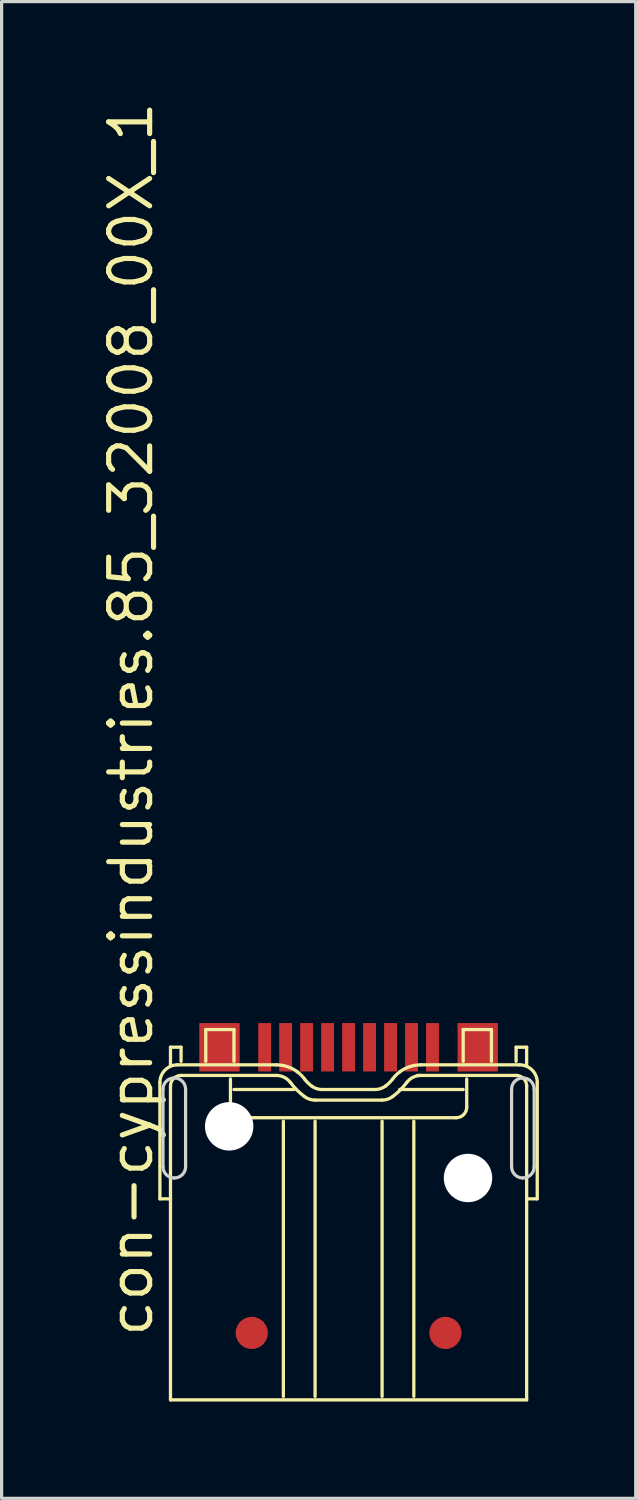
<source format=kicad_pcb>
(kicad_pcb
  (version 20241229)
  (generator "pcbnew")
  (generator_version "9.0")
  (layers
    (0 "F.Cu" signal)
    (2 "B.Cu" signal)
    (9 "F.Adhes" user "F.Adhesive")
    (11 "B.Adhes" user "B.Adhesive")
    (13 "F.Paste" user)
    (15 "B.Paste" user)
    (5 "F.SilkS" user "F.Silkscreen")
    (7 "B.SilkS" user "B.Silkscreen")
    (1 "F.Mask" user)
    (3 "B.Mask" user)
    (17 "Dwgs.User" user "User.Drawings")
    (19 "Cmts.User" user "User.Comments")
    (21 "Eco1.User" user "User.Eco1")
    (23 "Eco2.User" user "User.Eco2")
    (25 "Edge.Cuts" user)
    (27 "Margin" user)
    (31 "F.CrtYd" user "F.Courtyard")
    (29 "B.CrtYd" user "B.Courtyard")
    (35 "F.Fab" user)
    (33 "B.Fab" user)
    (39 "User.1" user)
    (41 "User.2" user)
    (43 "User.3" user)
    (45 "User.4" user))
  (footprint "con-cypressindustries.85_32008_00X_1"
    (layer "F.Cu")
    (at 7.75 39.447)
    (property "Reference" "con-cypressindustries.85_32008_00X_1" (at -6 -1 90) (layer "F.SilkS") (effects (font (size 1.27 1.27) (thickness 0.16)) (justify left bottom)))
    (attr smd)
    (fp_line (start -5.846 -5.354) (end -5.846 -8.959) (stroke (width 0.102) (type default)) (layer "F.SilkS"))
    (fp_line (start -5.518 -10.052) (end -5.19 -10.052) (stroke (width 0.102) (type default)) (layer "F.SilkS"))
    (fp_line (start -5.518 -9.506) (end -5.518 -10.052) (stroke (width 0.102) (type default)) (layer "F.SilkS"))
    (fp_line (start -5.518 -8.85) (end -5.518 -5.354) (stroke (width 0.102) (type default)) (layer "F.SilkS"))
    (fp_line (start -5.518 -5.354) (end -5.846 -5.354) (stroke (width 0.102) (type default)) (layer "F.SilkS"))
    (fp_line (start -5.518 -5.354) (end -5.518 0.874) (stroke (width 0.102) (type default)) (layer "F.SilkS"))
    (fp_line (start -5.518 0.874) (end 5.517 0.874) (stroke (width 0.102) (type default)) (layer "F.SilkS"))
    (fp_line (start -5.299 -9.506) (end -2.24 -9.506) (stroke (width 0.102) (type default)) (layer "F.SilkS"))
    (fp_line (start -5.19 -10.052) (end -5.19 -9.615) (stroke (width 0.102) (type default)) (layer "F.SilkS"))
    (fp_line (start -4.425 -10.598) (end -3.551 -10.598) (stroke (width 0.102) (type default)) (layer "F.SilkS"))
    (fp_line (start -4.425 -9.615) (end -4.425 -10.598) (stroke (width 0.102) (type default)) (layer "F.SilkS"))
    (fp_line (start -3.66 -9.069) (end -3.66 -8.194) (stroke (width 0.102) (type default)) (layer "F.SilkS"))
    (fp_line (start -3.551 -10.598) (end -3.551 -9.615) (stroke (width 0.102) (type default)) (layer "F.SilkS"))
    (fp_line (start -3.551 -8.741) (end -1.694 -8.741) (stroke (width 0.102) (type default)) (layer "F.SilkS"))
    (fp_line (start -3.333 -7.867) (end 3.332 -7.867) (stroke (width 0.102) (type default)) (layer "F.SilkS"))
    (fp_line (start -2.24 -9.178) (end -5.19 -9.178) (stroke (width 0.102) (type default)) (layer "F.SilkS"))
    (fp_line (start -2.021 0.765) (end -2.021 -7.758) (stroke (width 0.102) (type default)) (layer "F.SilkS"))
    (fp_line (start -1.038 -7.758) (end -1.038 0.765) (stroke (width 0.102) (type default)) (layer "F.SilkS"))
    (fp_line (start -0.82 -8.741) (end 0.819 -8.741) (stroke (width 0.102) (type default)) (layer "F.SilkS"))
    (fp_line (start 1.038 -7.758) (end 1.038 0.765) (stroke (width 0.102) (type default)) (layer "F.SilkS"))
    (fp_line (start 1.038 -8.413) (end -1.038 -8.413) (stroke (width 0.102) (type default)) (layer "F.SilkS"))
    (fp_line (start 1.584 -8.741) (end 3.551 -8.741) (stroke (width 0.102) (type default)) (layer "F.SilkS"))
    (fp_line (start 2.021 0.765) (end 2.021 -7.758) (stroke (width 0.102) (type default)) (layer "F.SilkS"))
    (fp_line (start 2.24 -9.506) (end 5.299 -9.506) (stroke (width 0.102) (type default)) (layer "F.SilkS"))
    (fp_line (start 3.551 -10.598) (end 4.425 -10.598) (stroke (width 0.102) (type default)) (layer "F.SilkS"))
    (fp_line (start 3.551 -9.615) (end 3.551 -10.598) (stroke (width 0.102) (type default)) (layer "F.SilkS"))
    (fp_line (start 3.66 -8.194) (end 3.66 -9.069) (stroke (width 0.102) (type default)) (layer "F.SilkS"))
    (fp_line (start 4.425 -10.598) (end 4.425 -9.615) (stroke (width 0.102) (type default)) (layer "F.SilkS"))
    (fp_line (start 5.19 -10.052) (end 5.517 -10.052) (stroke (width 0.102) (type default)) (layer "F.SilkS"))
    (fp_line (start 5.19 -9.615) (end 5.19 -10.052) (stroke (width 0.102) (type default)) (layer "F.SilkS"))
    (fp_line (start 5.19 -9.178) (end 2.13 -9.178) (stroke (width 0.102) (type default)) (layer "F.SilkS"))
    (fp_line (start 5.517 -10.052) (end 5.517 -9.506) (stroke (width 0.102) (type default)) (layer "F.SilkS"))
    (fp_line (start 5.517 -5.354) (end 5.517 -8.85) (stroke (width 0.102) (type default)) (layer "F.SilkS"))
    (fp_line (start 5.517 0.874) (end 5.517 -5.354) (stroke (width 0.102) (type default)) (layer "F.SilkS"))
    (fp_line (start 5.845 -8.959) (end 5.845 -5.354) (stroke (width 0.102) (type default)) (layer "F.SilkS"))
    (fp_line (start 5.845 -5.354) (end 5.517 -5.354) (stroke (width 0.102) (type default)) (layer "F.SilkS"))
    (fp_arc (start -5.8455 -8.9593) (mid -5.685463 -9.345563) (end -5.2992 -9.5056) (stroke (width 0.1016) (type default)) (layer "F.SilkS"))
    (fp_arc (start -5.5177 -8.85) (mid -5.42169 -9.08179) (end -5.1899 -9.1778) (stroke (width 0.1016) (type default)) (layer "F.SilkS"))
    (fp_arc (start -3.3325 -7.8667) (mid -3.56429 -7.96271) (end -3.6603 -8.1945) (stroke (width 0.1016) (type default)) (layer "F.SilkS"))
    (fp_arc (start -2.24 -9.5056) (mid -1.894474 -9.449537) (end -1.5844 -9.2871) (stroke (width 0.1016) (type default)) (layer "F.SilkS"))
    (fp_arc (start -2.24 -9.1778) (mid -1.995673 -9.120116) (end -1.8029 -8.9593) (stroke (width 0.1016) (type default)) (layer "F.SilkS"))
    (fp_arc (start -1.5844 -9.2871) (mid -1.467374 -9.185626) (end -1.3659 -9.0686) (stroke (width 0.1016) (type default)) (layer "F.SilkS"))
    (fp_arc (start -1.3659 -8.5223) (mid -1.599908 -8.725292) (end -1.8029 -8.9593) (stroke (width 0.1016) (type default)) (layer "F.SilkS"))
    (fp_arc (start -1.1474 -8.8501) (mid -1.264425 -8.951575) (end -1.3659 -9.0686) (stroke (width 0.1016) (type default)) (layer "F.SilkS"))
    (fp_arc (start -1.0381 -8.413) (mid -1.210873 -8.44104) (end -1.3659 -8.5223) (stroke (width 0.1016) (type default)) (layer "F.SilkS"))
    (fp_arc (start -0.8196 -8.7408) (mid -0.992362 -8.768871) (end -1.1474 -8.8501) (stroke (width 0.1016) (type default)) (layer "F.SilkS"))
    (fp_arc (start 1.1471 -8.8501) (mid 0.992062 -8.768871) (end 0.8193 -8.7408) (stroke (width 0.1016) (type default)) (layer "F.SilkS"))
    (fp_arc (start 1.3656 -9.0686) (mid 1.264125 -8.951575) (end 1.1471 -8.8501) (stroke (width 0.1016) (type default)) (layer "F.SilkS"))
    (fp_arc (start 1.3656 -9.0686) (mid 1.467074 -9.185626) (end 1.5841 -9.2871) (stroke (width 0.1016) (type default)) (layer "F.SilkS"))
    (fp_arc (start 1.3656 -8.5223) (mid 1.210573 -8.44104) (end 1.0378 -8.413) (stroke (width 0.1016) (type default)) (layer "F.SilkS"))
    (fp_arc (start 1.5841 -9.2871) (mid 1.894174 -9.449537) (end 2.2397 -9.5056) (stroke (width 0.1016) (type default)) (layer "F.SilkS"))
    (fp_arc (start 1.8026 -8.9593) (mid 1.599608 -8.725292) (end 1.3656 -8.5223) (stroke (width 0.1016) (type default)) (layer "F.SilkS"))
    (fp_arc (start 1.8026 -8.9593) (mid 1.995373 -9.120116) (end 2.2397 -9.1778) (stroke (width 0.1016) (type default)) (layer "F.SilkS"))
    (fp_arc (start 3.66 -8.1945) (mid 3.56399 -7.96271) (end 3.3322 -7.8667) (stroke (width 0.1016) (type default)) (layer "F.SilkS"))
    (fp_arc (start 5.1897 -9.1778) (mid 5.421419 -9.081819) (end 5.5174 -8.8501) (stroke (width 0.1016) (type default)) (layer "F.SilkS"))
    (fp_arc (start 5.2989 -9.5056) (mid 5.685192 -9.345592) (end 5.8452 -8.9593) (stroke (width 0.1016) (type default)) (layer "F.SilkS"))
    (fp_line (start -5.75 -6.35) (end -5.75 -8.75) (stroke (width 0.1) (type default)) (layer "Edge.Cuts"))
    (fp_line (start -5.05 -8.75) (end -5.05 -6.35) (stroke (width 0.1) (type default)) (layer "Edge.Cuts"))
    (fp_line (start 5.05 -6.35) (end 5.05 -8.75) (stroke (width 0.1) (type default)) (layer "Edge.Cuts"))
    (fp_line (start 5.75 -8.75) (end 5.75 -6.35) (stroke (width 0.1) (type default)) (layer "Edge.Cuts"))
    (fp_arc (start -5.75 -8.75) (mid -5.647487 -8.997487) (end -5.4 -9.1) (stroke (width 0.1) (type default)) (layer "Edge.Cuts"))
    (fp_arc (start -5.4 -9.1) (mid -5.152513 -8.997487) (end -5.05 -8.75) (stroke (width 0.1) (type default)) (layer "Edge.Cuts"))
    (fp_arc (start -5.4 -6) (mid -5.647487 -6.102513) (end -5.75 -6.35) (stroke (width 0.1) (type default)) (layer "Edge.Cuts"))
    (fp_arc (start -5.05 -6.35) (mid -5.152513 -6.102513) (end -5.4 -6) (stroke (width 0.1) (type default)) (layer "Edge.Cuts"))
    (fp_arc (start 5.05 -8.75) (mid 5.152513 -8.997487) (end 5.4 -9.1) (stroke (width 0.1) (type default)) (layer "Edge.Cuts"))
    (fp_arc (start 5.4 -9.1) (mid 5.647487 -8.997487) (end 5.75 -8.75) (stroke (width 0.1) (type default)) (layer "Edge.Cuts"))
    (fp_arc (start 5.4 -6) (mid 5.152513 -6.102513) (end 5.05 -6.35) (stroke (width 0.1) (type default)) (layer "Edge.Cuts"))
    (fp_arc (start 5.75 -6.35) (mid 5.647487 -6.102513) (end 5.4 -6) (stroke (width 0.1) (type default)) (layer "Edge.Cuts"))
    (pad "" np_thru_hole circle (at -3.7 -7.6) (size 1.5 1.5) (drill 1.5) (layers "*.Cu" "*.Mask"))
    (pad "" np_thru_hole circle (at 3.7 -6) (size 1.5 1.5) (drill 1.5) (layers "*.Cu" "*.Mask"))
    (pad "1" smd roundrect (at -2.6 -10.05) (size 0.4 1.5) (layers "F.Cu" "F.Mask" "F.Paste") (roundrect_rratio 0.01))
    (pad "2" smd roundrect (at -1.3 -10.05) (size 0.4 1.5) (layers "F.Cu" "F.Mask" "F.Paste") (roundrect_rratio 0.01))
    (pad "3" smd roundrect (at 1.3 -10.05) (size 0.4 1.5) (layers "F.Cu" "F.Mask" "F.Paste") (roundrect_rratio 0.01))
    (pad "4" smd roundrect (at 2.6 -10.05) (size 0.4 1.5) (layers "F.Cu" "F.Mask" "F.Paste") (roundrect_rratio 0.01))
    (pad "5" smd roundrect (at 1.95 -10.05) (size 0.4 1.5) (layers "F.Cu" "F.Mask" "F.Paste") (roundrect_rratio 0.01))
    (pad "6" smd roundrect (at 0.65 -10.05) (size 0.4 1.5) (layers "F.Cu" "F.Mask" "F.Paste") (roundrect_rratio 0.01))
    (pad "7" smd roundrect (at 0 -10.05) (size 0.4 1.5) (layers "F.Cu" "F.Mask" "F.Paste") (roundrect_rratio 0.01))
    (pad "8" smd roundrect (at -0.65 -10.05) (size 0.4 1.5) (layers "F.Cu" "F.Mask" "F.Paste") (roundrect_rratio 0.01))
    (pad "9" smd roundrect (at -1.95 -10.05) (size 0.4 1.5) (layers "F.Cu" "F.Mask" "F.Paste") (roundrect_rratio 0.01))
    (pad "M1" smd roundrect (at -4 -10.05) (size 1.25 1.5) (layers "F.Cu" "F.Mask" "F.Paste") (roundrect_rratio 0.01))
    (pad "M2" smd roundrect (at 4 -10.05) (size 1.25 1.5) (layers "F.Cu" "F.Mask" "F.Paste") (roundrect_rratio 0.01))
    (pad "M3" smd roundrect (at -3 -1.2) (size 1 1) (layers "F.Cu" "F.Mask" "F.Paste") (roundrect_rratio 0.5))
    (pad "M4" smd roundrect (at 3 -1.2) (size 1 1) (layers "F.Cu" "F.Mask" "F.Paste") (roundrect_rratio 0.5)))
  (gr_rect
    (start -3 -3)
    (end 16.646 43.372)
    (stroke (width 0.1) (type default))
    (fill no)
    (layer "Edge.Cuts")))
</source>
